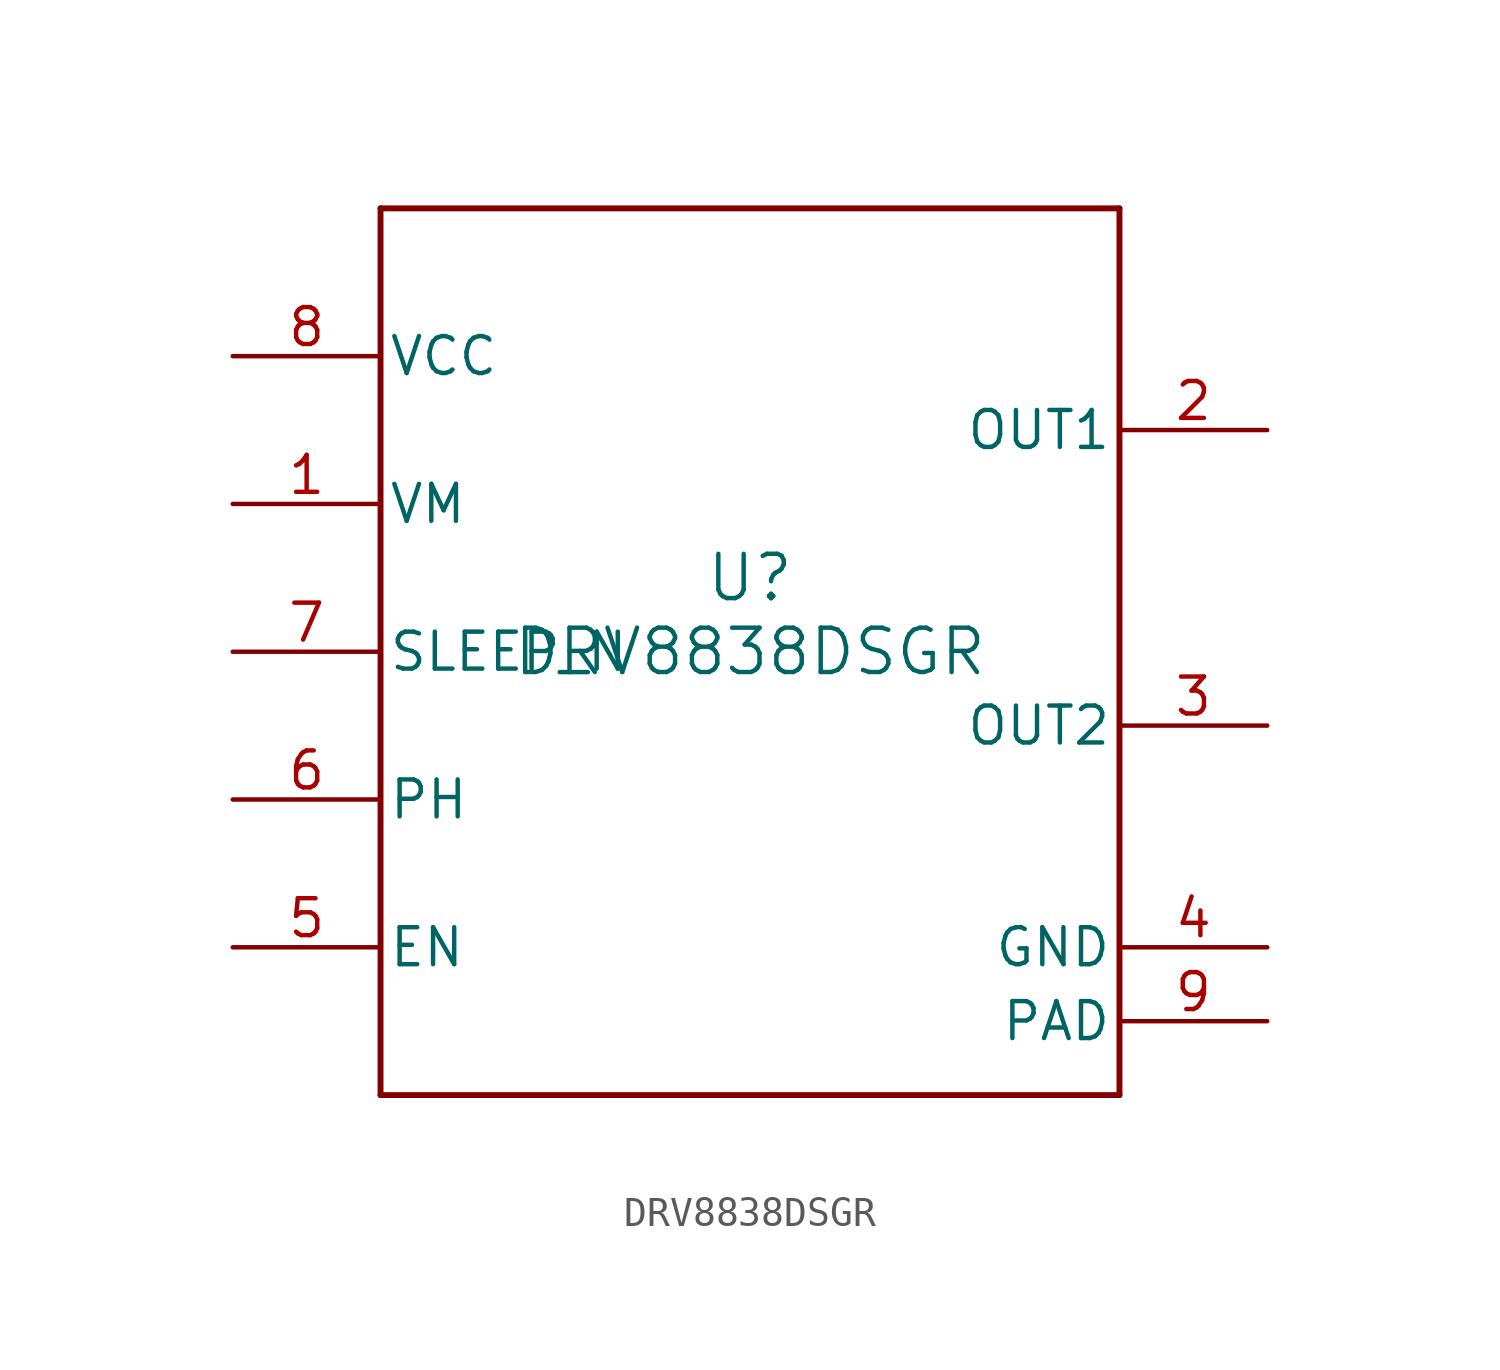
<source format=kicad_sym>
(kicad_symbol_lib
  (version 20211014)
  (generator kicad_symbol_editor)
  (symbol "DRV8838DSGR"
    (pin_names
      (offset 0.254))
    (property "Reference" "U"
      (at 0 2.54 0)
      (effects (font (size 1.524 1.524))))
    (property "Value" "DRV8838DSGR"
      (at 0 0 0)
      (effects (font (size 1.524 1.524))))
    (symbol "DRV8838DSGR_0_1"
      (polyline (pts (xy -12.7 -15.24) (xy 12.7 -15.24)) (stroke (width 0.203) (type default) (color 0 0 0 0)) (fill (type none)))
      (polyline (pts (xy 12.7 -15.24) (xy 12.7 15.24)) (stroke (width 0.203) (type default) (color 0 0 0 0)) (fill (type none)))
      (polyline (pts (xy 12.7 15.24) (xy -12.7 15.24)) (stroke (width 0.203) (type default) (color 0 0 0 0)) (fill (type none)))
      (polyline (pts (xy -12.7 15.24) (xy -12.7 -15.24)) (stroke (width 0.203) (type default) (color 0 0 0 0)) (fill (type none)))
      (pin power_in line (at -17.78 5.08 0) (length 5.08) (name "VM" (effects (font (size 1.27 1.27)))) (number "1" (effects (font (size 1.27 1.27)))))
      (pin power_in line (at 17.78 7.62 180) (length 5.08) (name "OUT1" (effects (font (size 1.27 1.27)))) (number "2" (effects (font (size 1.27 1.27)))))
      (pin power_in line (at 17.78 -2.54 180) (length 5.08) (name "OUT2" (effects (font (size 1.27 1.27)))) (number "3" (effects (font (size 1.27 1.27)))))
      (pin power_in line (at 17.78 -10.16 180) (length 5.08) (name "GND" (effects (font (size 1.27 1.27)))) (number "4" (effects (font (size 1.27 1.27)))))
      (pin input line (at -17.78 -10.16 0) (length 5.08) (name "EN" (effects (font (size 1.27 1.27)))) (number "5" (effects (font (size 1.27 1.27)))))
      (pin input line (at -17.78 -5.08 0) (length 5.08) (name "PH" (effects (font (size 1.27 1.27)))) (number "6" (effects (font (size 1.27 1.27)))))
      (pin input line (at -17.78 0 0) (length 5.08) (name "SLEEP_N" (effects (font (size 1.27 1.27)))) (number "7" (effects (font (size 1.27 1.27)))))
      (pin power_in line (at -17.78 10.16 0) (length 5.08) (name "VCC" (effects (font (size 1.27 1.27)))) (number "8" (effects (font (size 1.27 1.27)))))
      (pin power_in line (at 17.78 -12.7 180) (length 5.08) (name "PAD" (effects (font (size 1.27 1.27)))) (number "9" (effects (font (size 1.27 1.27))))))))
</source>
